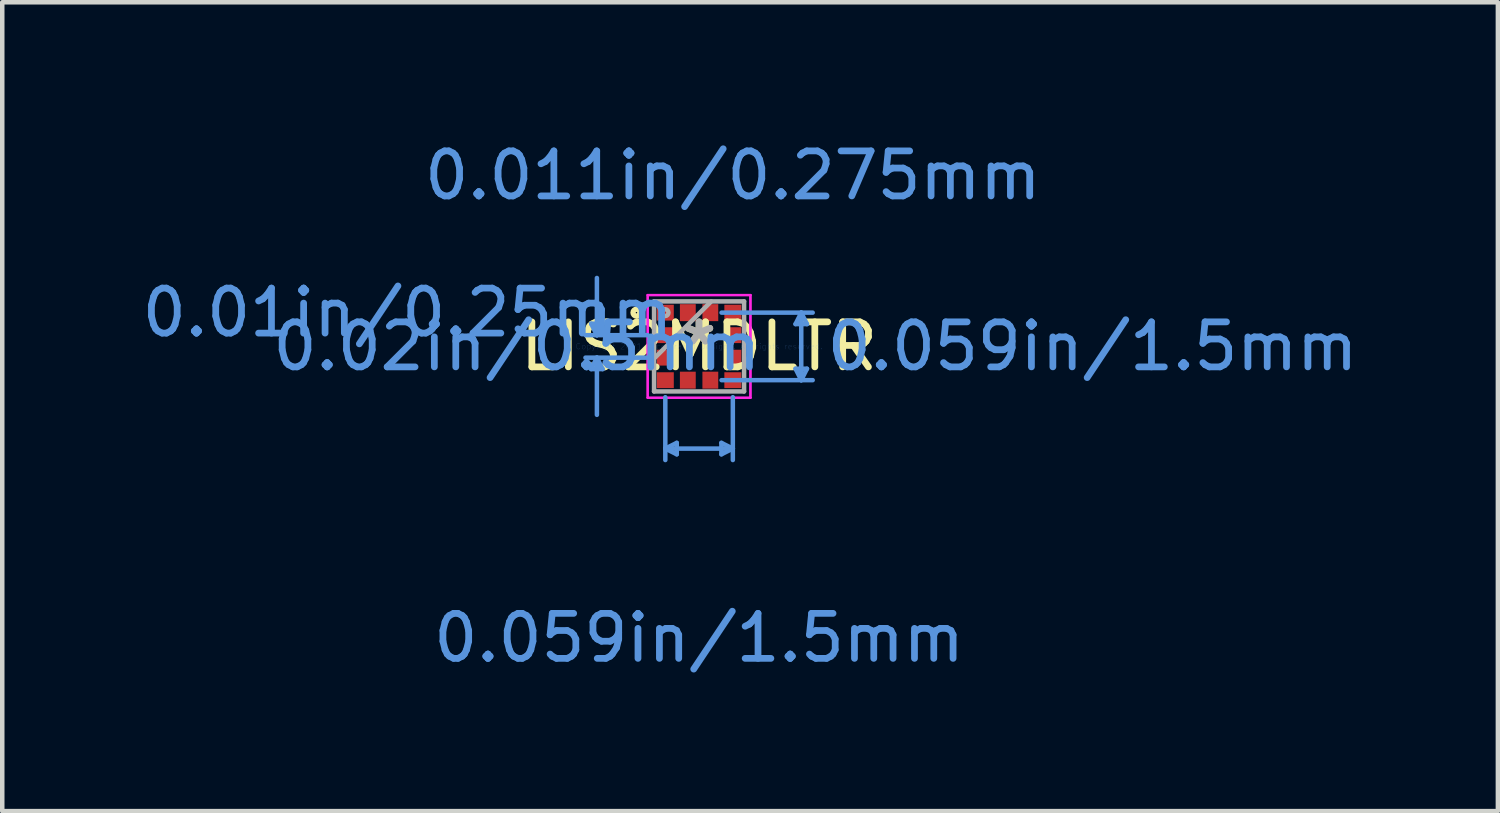
<source format=kicad_pcb>
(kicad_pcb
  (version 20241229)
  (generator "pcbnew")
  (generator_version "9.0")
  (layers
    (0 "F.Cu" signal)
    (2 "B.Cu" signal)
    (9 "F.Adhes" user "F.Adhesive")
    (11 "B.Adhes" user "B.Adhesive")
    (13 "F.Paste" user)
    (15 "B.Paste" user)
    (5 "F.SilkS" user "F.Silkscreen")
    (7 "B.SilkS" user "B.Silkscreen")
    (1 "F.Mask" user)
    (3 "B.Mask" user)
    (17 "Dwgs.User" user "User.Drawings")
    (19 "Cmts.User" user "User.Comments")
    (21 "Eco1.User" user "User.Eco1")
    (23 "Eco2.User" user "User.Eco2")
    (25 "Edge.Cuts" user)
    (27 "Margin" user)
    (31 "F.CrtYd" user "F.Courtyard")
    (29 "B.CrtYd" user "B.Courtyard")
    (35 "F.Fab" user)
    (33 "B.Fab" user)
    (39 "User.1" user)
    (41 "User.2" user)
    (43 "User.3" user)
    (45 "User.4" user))
  (footprint "LIS2MDLTR"
    (layer "F.Cu")
    (at 12.481 4.646)
    (property "Reference" "LIS2MDLTR" (at 0 0 0) (layer "F.SilkS") (effects (font (size 1 1) (thickness 0.15))))
    (attr through_hole)
    (fp_circle (center -1.391 -0.75) (end -1.315 -0.75) (stroke (width 0.12) (type solid)) (fill no) (layer "F.SilkS"))
    (fp_line (start -2.397 -0.504) (end -2.27 -0.25) (stroke (width 0.1) (type solid)) (layer "Cmts.User"))
    (fp_line (start -2.397 0.504) (end -2.27 0.25) (stroke (width 0.1) (type solid)) (layer "Cmts.User"))
    (fp_line (start -2.27 -0.25) (end -2.27 -1.52) (stroke (width 0.1) (type solid)) (layer "Cmts.User"))
    (fp_line (start -2.27 -0.25) (end -2.143 -0.504) (stroke (width 0.1) (type solid)) (layer "Cmts.User"))
    (fp_line (start -2.27 0.25) (end -2.27 1.52) (stroke (width 0.1) (type solid)) (layer "Cmts.User"))
    (fp_line (start -2.27 0.25) (end -2.143 0.504) (stroke (width 0.1) (type solid)) (layer "Cmts.User"))
    (fp_line (start -2.143 -0.504) (end -2.397 -0.504) (stroke (width 0.1) (type solid)) (layer "Cmts.User"))
    (fp_line (start -2.143 0.504) (end -2.397 0.504) (stroke (width 0.1) (type solid)) (layer "Cmts.User"))
    (fp_line (start -1.141 -0.25) (end -2.524 -0.25) (stroke (width 0.1) (type solid)) (layer "Cmts.User"))
    (fp_line (start -1.141 0.25) (end -2.524 0.25) (stroke (width 0.1) (type solid)) (layer "Cmts.User"))
    (fp_line (start -0.75 1.129) (end -0.75 2.524) (stroke (width 0.1) (type solid)) (layer "Cmts.User"))
    (fp_line (start -0.75 2.27) (end -0.496 2.397) (stroke (width 0.1) (type solid)) (layer "Cmts.User"))
    (fp_line (start -0.75 2.27) (end 0.75 2.27) (stroke (width 0.1) (type solid)) (layer "Cmts.User"))
    (fp_line (start -0.496 2.143) (end -0.75 2.27) (stroke (width 0.1) (type solid)) (layer "Cmts.User"))
    (fp_line (start -0.496 2.397) (end -0.496 2.143) (stroke (width 0.1) (type solid)) (layer "Cmts.User"))
    (fp_line (start 0.496 2.143) (end 0.75 2.27) (stroke (width 0.1) (type solid)) (layer "Cmts.User"))
    (fp_line (start 0.496 2.397) (end 0.496 2.143) (stroke (width 0.1) (type solid)) (layer "Cmts.User"))
    (fp_line (start 0.5 -0.75) (end 2.524 -0.75) (stroke (width 0.1) (type solid)) (layer "Cmts.User"))
    (fp_line (start 0.5 0.75) (end 2.524 0.75) (stroke (width 0.1) (type solid)) (layer "Cmts.User"))
    (fp_line (start 0.75 1.129) (end 0.75 2.524) (stroke (width 0.1) (type solid)) (layer "Cmts.User"))
    (fp_line (start 0.75 2.27) (end 0.496 2.397) (stroke (width 0.1) (type solid)) (layer "Cmts.User"))
    (fp_line (start 2.143 -0.496) (end 2.397 -0.496) (stroke (width 0.1) (type solid)) (layer "Cmts.User"))
    (fp_line (start 2.143 0.496) (end 2.397 0.496) (stroke (width 0.1) (type solid)) (layer "Cmts.User"))
    (fp_line (start 2.27 -0.75) (end 2.143 -0.496) (stroke (width 0.1) (type solid)) (layer "Cmts.User"))
    (fp_line (start 2.27 0.75) (end 2.143 0.496) (stroke (width 0.1) (type solid)) (layer "Cmts.User"))
    (fp_line (start 2.27 0.75) (end 2.27 -0.75) (stroke (width 0.1) (type solid)) (layer "Cmts.User"))
    (fp_line (start 2.397 -0.496) (end 2.27 -0.75) (stroke (width 0.1) (type solid)) (layer "Cmts.User"))
    (fp_line (start 2.397 0.496) (end 2.27 0.75) (stroke (width 0.1) (type solid)) (layer "Cmts.User"))
    (fp_line (start -1.141 -1.141) (end 1.141 -1.141) (stroke (width 0.05) (type solid)) (layer "F.CrtYd"))
    (fp_line (start -1.141 -1.141) (end 1.141 -1.141) (stroke (width 0.05) (type solid)) (layer "F.CrtYd"))
    (fp_line (start -1.141 1.141) (end -1.141 -1.141) (stroke (width 0.05) (type solid)) (layer "F.CrtYd"))
    (fp_line (start -1.141 1.141) (end -1.141 -1.141) (stroke (width 0.05) (type solid)) (layer "F.CrtYd"))
    (fp_line (start 1.141 -1.141) (end 1.141 1.141) (stroke (width 0.05) (type solid)) (layer "F.CrtYd"))
    (fp_line (start 1.141 -1.141) (end 1.141 1.141) (stroke (width 0.05) (type solid)) (layer "F.CrtYd"))
    (fp_line (start 1.141 1.141) (end -1.141 1.141) (stroke (width 0.05) (type solid)) (layer "F.CrtYd"))
    (fp_line (start 1.141 1.141) (end -1.141 1.141) (stroke (width 0.05) (type solid)) (layer "F.CrtYd"))
    (fp_line (start -1 -1) (end -1 1) (stroke (width 0.1) (type solid)) (layer "F.Fab"))
    (fp_line (start -1 0.27) (end 0.27 -1) (stroke (width 0.1) (type solid)) (layer "F.Fab"))
    (fp_line (start -1 1) (end 1 1) (stroke (width 0.1) (type solid)) (layer "F.Fab"))
    (fp_line (start 1 -1) (end -1 -1) (stroke (width 0.1) (type solid)) (layer "F.Fab"))
    (fp_line (start 1 1) (end 1 -1) (stroke (width 0.1) (type solid)) (layer "F.Fab"))
    (fp_circle (center -0.756 -0.75) (end -0.68 -0.75) (stroke (width 0.1) (type solid)) (fill no) (layer "F.Fab"))
    (fp_text user "*" (at 0 0 0) (layer "F.SilkS") (effects (font (size 1 1) (thickness 0.15))))
    (fp_text user "0.02in/0.5mm" (at -4.048 0 0) (layer "Cmts.User") (effects (font (size 1 1) (thickness 0.15))))
    (fp_text user "0.059in/1.5mm" (at 8.741 0 0) (layer "Cmts.User") (effects (font (size 1 1) (thickness 0.15))))
    (fp_text user "Copyright 2021 Accelerated Designs. All rights reserved." (at 0 0 0) (layer "Cmts.User") (effects (font (size 0.127 0.127) (thickness 0.002))))
    (fp_text user "0.011in/0.275mm" (at 0.75 -3.798 0) (layer "Cmts.User") (effects (font (size 1 1) (thickness 0.15))))
    (fp_text user "0.059in/1.5mm" (at 0 6.476 0) (layer "Cmts.User") (effects (font (size 1 1) (thickness 0.15))))
    (fp_text user "0.01in/0.25mm" (at -6.476 -0.75 0) (layer "Cmts.User") (effects (font (size 1 1) (thickness 0.15))))
    (fp_text user "*" (at 0 0 0) (layer "F.Fab") (effects (font (size 1 1) (thickness 0.15))))
    (pad "1" smd rect (at -0.75 -0.75) (size 0.377 0.352) (layers "F.Cu" "F.Mask" "F.Paste"))
    (pad "2" smd rect (at -0.75 -0.25) (size 0.377 0.352) (layers "F.Cu" "F.Mask" "F.Paste"))
    (pad "3" smd rect (at -0.75 0.25) (size 0.377 0.352) (layers "F.Cu" "F.Mask" "F.Paste"))
    (pad "4" smd rect (at -0.75 0.75) (size 0.377 0.352) (layers "F.Cu" "F.Mask" "F.Paste"))
    (pad "5" smd rect (at -0.25 0.75 90) (size 0.377 0.352) (layers "F.Cu" "F.Mask" "F.Paste"))
    (pad "6" smd rect (at 0.25 0.75 90) (size 0.377 0.352) (layers "F.Cu" "F.Mask" "F.Paste"))
    (pad "7" smd rect (at 0.75 0.75) (size 0.377 0.352) (layers "F.Cu" "F.Mask" "F.Paste"))
    (pad "8" smd rect (at 0.75 0.25) (size 0.377 0.352) (layers "F.Cu" "F.Mask" "F.Paste"))
    (pad "9" smd rect (at 0.75 -0.25) (size 0.377 0.352) (layers "F.Cu" "F.Mask" "F.Paste"))
    (pad "10" smd rect (at 0.75 -0.75) (size 0.377 0.352) (layers "F.Cu" "F.Mask" "F.Paste"))
    (pad "11" smd rect (at 0.25 -0.75 90) (size 0.377 0.352) (layers "F.Cu" "F.Mask" "F.Paste"))
    (pad "12" smd rect (at -0.25 -0.75 90) (size 0.377 0.352) (layers "F.Cu" "F.Mask" "F.Paste")))
  (gr_rect
    (start -3 -3)
    (end 30.228 14.97)
    (stroke (width 0.1) (type default))
    (fill no)
    (layer "Edge.Cuts")))
</source>
